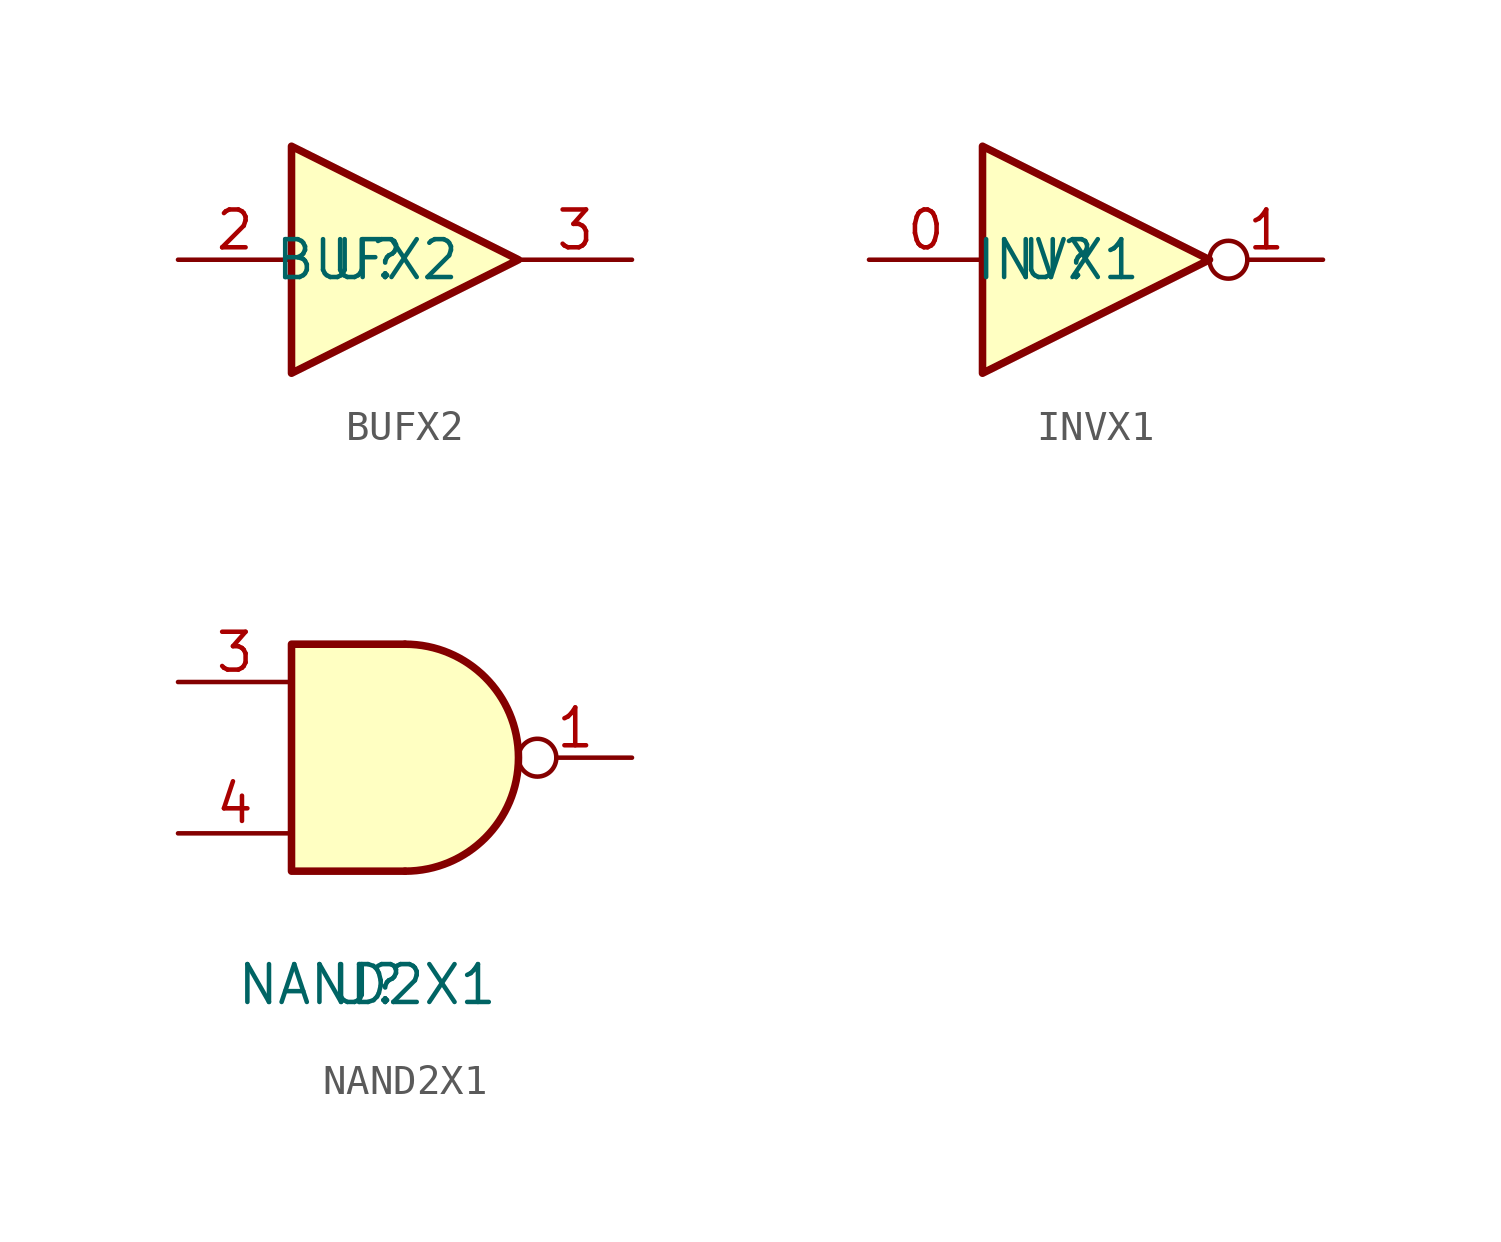
<source format=kicad_sym>
(kicad_symbol_lib
  (version 20200126)
  (host kicad_symbol_editor "(5.99.0-2317-g779ed4058)")
  (symbol "test:BUFX2"
    (property "Reference" "U"
      (at 0 0 0)
      (effects (font (size 1.27 1.27))))
    (property "Value" "BUFX2"
      (at 0 0 0)
      (effects (font (size 1.27 1.27))))
    (symbol "BUFX2_1_0"
      (polyline (pts (xy -2.54 3.81) (xy -2.54 -3.81) (xy 5.08 0) (xy -2.54 3.81)) (stroke (width 0.254)) (fill (type background)))
      (pin input line (at -6.35 0 0) (length 3.81) (name "~" (effects (font (size 1.27 1.27)))) (number "2" (effects (font (size 1.27 1.27)))))
      (pin output line (at 8.89 0 180) (length 3.81) (name "~" (effects (font (size 1.27 1.27)))) (number "3" (effects (font (size 1.27 1.27)))))))
  (symbol "test:INVX1"
    (property "Reference" "U"
      (at 0 0 0)
      (effects (font (size 1.27 1.27))))
    (property "Value" "INVX1"
      (at 0 0 0)
      (effects (font (size 1.27 1.27))))
    (symbol "INVX1_1_0"
      (polyline (pts (xy -2.54 3.81) (xy -2.54 -3.81) (xy 5.08 0) (xy -2.54 3.81)) (stroke (width 0.254)) (fill (type background)))
      (pin input line (at -6.35 0 0) (length 3.81) (name "~" (effects (font (size 1.27 1.27)))) (number "0" (effects (font (size 1.27 1.27)))))
      (pin output inverted (at 8.89 0 180) (length 3.81) (name "~" (effects (font (size 1.27 1.27)))) (number "1" (effects (font (size 1.27 1.27)))))))
  (symbol "test:NAND2X1"
    (property "Reference" "U"
      (at 0 0 0)
      (effects (font (size 1.27 1.27))))
    (property "Value" "NAND2X1"
      (at 0 0 0)
      (effects (font (size 1.27 1.27))))
    (symbol "NAND2X1_1_1"
      (arc (start 1.27 3.81) (end 1.27 11.43) (radius (at 1.27 7.62) (length 3.81) (angles -89.9 89.9)) (stroke (width 0.254)) (fill (type background)))
      (polyline (pts (xy 1.27 11.43) (xy -2.54 11.43) (xy -2.54 3.81) (xy 1.27 3.81)) (stroke (width 0.254)) (fill (type background)))
      (pin input line (at -6.35 10.16 0) (length 3.81) (name "~" (effects (font (size 1.27 1.27)))) (number "3" (effects (font (size 1.27 1.27)))))
      (pin input line (at -6.35 5.08 0) (length 3.81) (name "~" (effects (font (size 1.27 1.27)))) (number "4" (effects (font (size 1.27 1.27)))))
      (pin output inverted (at 8.89 7.62 180) (length 3.81) (name "~" (effects (font (size 1.27 1.27)))) (number "1" (effects (font (size 1.27 1.27))))))))
</source>
